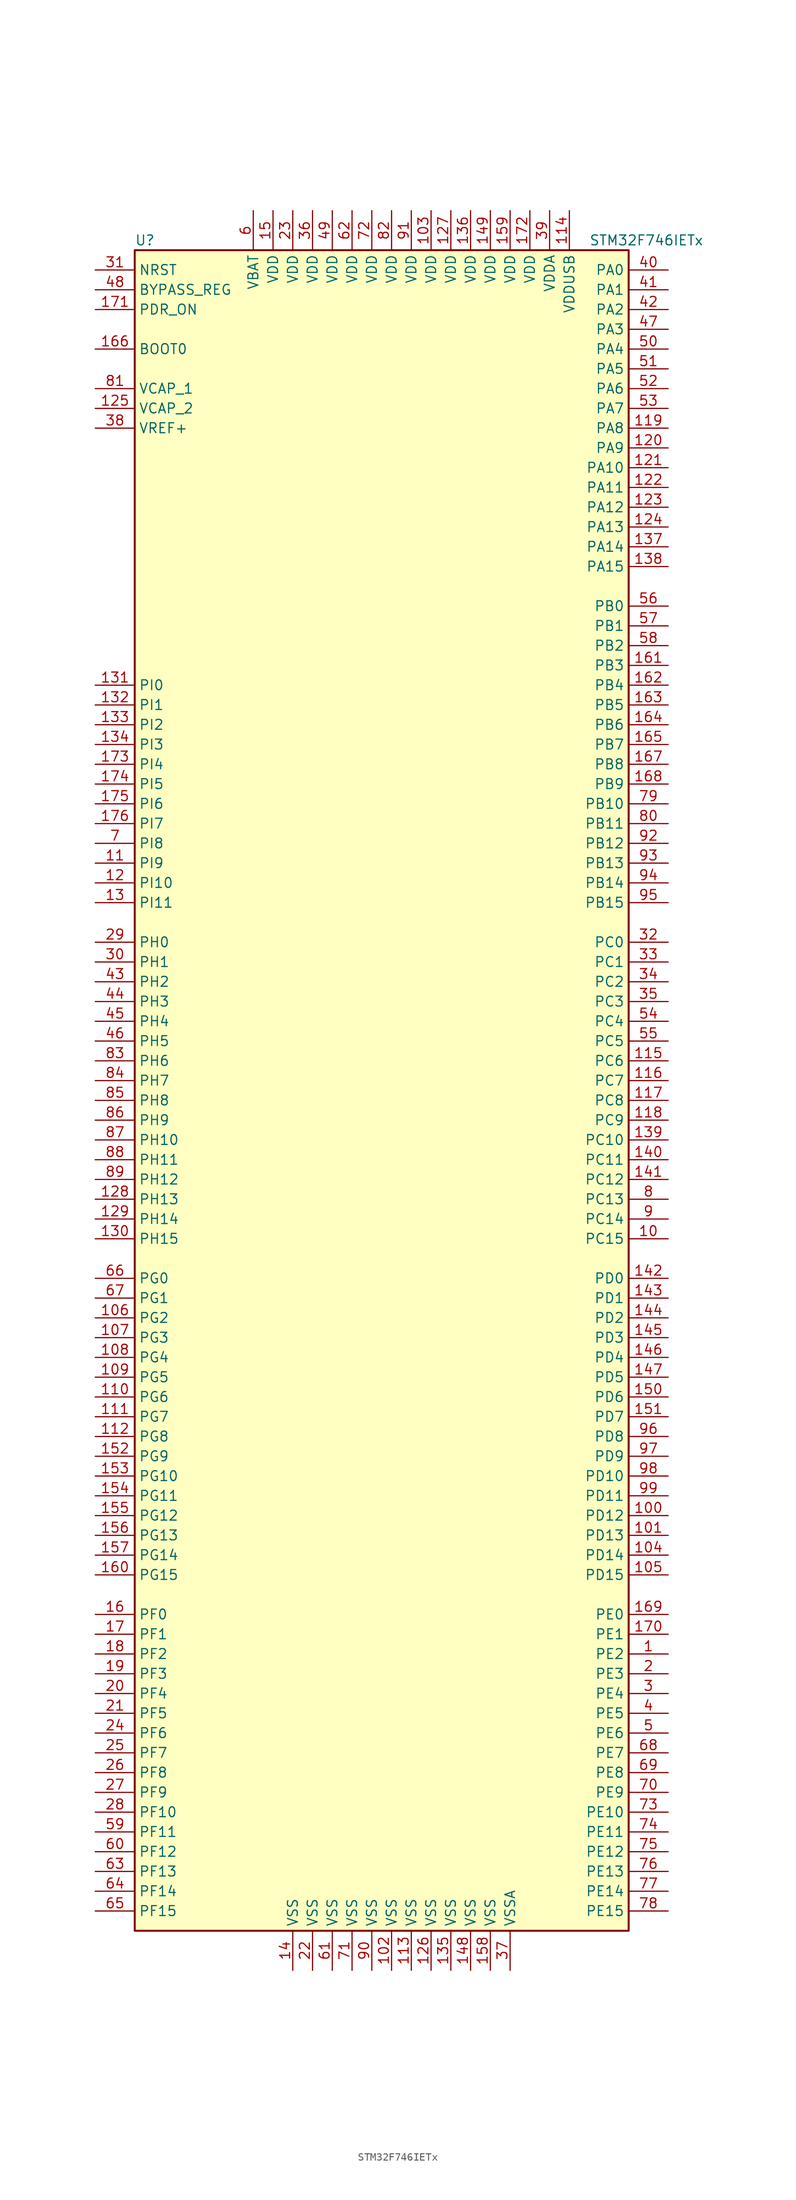
<source format=kicad_sym>
(kicad_symbol_lib
  (version 20201005)
  (generator kicad_symbol_editor)
  (symbol "MCU_ST_STM32F7:STM32F746IETx"
    (property "Reference" "U"
      (at -33.02 107.95 0)
      (effects (font (size 1.27 1.27)) (justify left)))
    (property "Value" "STM32F746IETx"
      (at 25.4 107.95 0)
      (effects (font (size 1.27 1.27)) (justify left)))
    (symbol "STM32F746IETx_0_1"
      (rectangle (start -33.02 -109.22) (end 30.48 106.68) (stroke (width 0.254)) (fill (type background))))
    (symbol "STM32F746IETx_1_1"
      (pin input line (at -38.1 93.98 0) (length 5.08) (name "BOOT0" (effects (font (size 1.27 1.27)))) (number "166" (effects (font (size 1.27 1.27)))))
      (pin input line (at -38.1 101.6 0) (length 5.08) (name "BYPASS_REG" (effects (font (size 1.27 1.27)))) (number "48" (effects (font (size 1.27 1.27)))))
      (pin input line (at -38.1 104.14 0) (length 5.08) (name "NRST" (effects (font (size 1.27 1.27)))) (number "31" (effects (font (size 1.27 1.27)))))
      (pin bidirectional line (at 35.56 104.14 180) (length 5.08) (name "PA0" (effects (font (size 1.27 1.27)))) (number "40" (effects (font (size 1.27 1.27)))))
      (pin bidirectional line (at 35.56 101.6 180) (length 5.08) (name "PA1" (effects (font (size 1.27 1.27)))) (number "41" (effects (font (size 1.27 1.27)))))
      (pin bidirectional line (at 35.56 78.74 180) (length 5.08) (name "PA10" (effects (font (size 1.27 1.27)))) (number "121" (effects (font (size 1.27 1.27)))))
      (pin bidirectional line (at 35.56 76.2 180) (length 5.08) (name "PA11" (effects (font (size 1.27 1.27)))) (number "122" (effects (font (size 1.27 1.27)))))
      (pin bidirectional line (at 35.56 73.66 180) (length 5.08) (name "PA12" (effects (font (size 1.27 1.27)))) (number "123" (effects (font (size 1.27 1.27)))))
      (pin bidirectional line (at 35.56 71.12 180) (length 5.08) (name "PA13" (effects (font (size 1.27 1.27)))) (number "124" (effects (font (size 1.27 1.27)))))
      (pin bidirectional line (at 35.56 68.58 180) (length 5.08) (name "PA14" (effects (font (size 1.27 1.27)))) (number "137" (effects (font (size 1.27 1.27)))))
      (pin bidirectional line (at 35.56 66.04 180) (length 5.08) (name "PA15" (effects (font (size 1.27 1.27)))) (number "138" (effects (font (size 1.27 1.27)))))
      (pin bidirectional line (at 35.56 99.06 180) (length 5.08) (name "PA2" (effects (font (size 1.27 1.27)))) (number "42" (effects (font (size 1.27 1.27)))))
      (pin bidirectional line (at 35.56 96.52 180) (length 5.08) (name "PA3" (effects (font (size 1.27 1.27)))) (number "47" (effects (font (size 1.27 1.27)))))
      (pin bidirectional line (at 35.56 93.98 180) (length 5.08) (name "PA4" (effects (font (size 1.27 1.27)))) (number "50" (effects (font (size 1.27 1.27)))))
      (pin bidirectional line (at 35.56 91.44 180) (length 5.08) (name "PA5" (effects (font (size 1.27 1.27)))) (number "51" (effects (font (size 1.27 1.27)))))
      (pin bidirectional line (at 35.56 88.9 180) (length 5.08) (name "PA6" (effects (font (size 1.27 1.27)))) (number "52" (effects (font (size 1.27 1.27)))))
      (pin bidirectional line (at 35.56 86.36 180) (length 5.08) (name "PA7" (effects (font (size 1.27 1.27)))) (number "53" (effects (font (size 1.27 1.27)))))
      (pin bidirectional line (at 35.56 83.82 180) (length 5.08) (name "PA8" (effects (font (size 1.27 1.27)))) (number "119" (effects (font (size 1.27 1.27)))))
      (pin bidirectional line (at 35.56 81.28 180) (length 5.08) (name "PA9" (effects (font (size 1.27 1.27)))) (number "120" (effects (font (size 1.27 1.27)))))
      (pin bidirectional line (at 35.56 60.96 180) (length 5.08) (name "PB0" (effects (font (size 1.27 1.27)))) (number "56" (effects (font (size 1.27 1.27)))))
      (pin bidirectional line (at 35.56 58.42 180) (length 5.08) (name "PB1" (effects (font (size 1.27 1.27)))) (number "57" (effects (font (size 1.27 1.27)))))
      (pin bidirectional line (at 35.56 35.56 180) (length 5.08) (name "PB10" (effects (font (size 1.27 1.27)))) (number "79" (effects (font (size 1.27 1.27)))))
      (pin bidirectional line (at 35.56 33.02 180) (length 5.08) (name "PB11" (effects (font (size 1.27 1.27)))) (number "80" (effects (font (size 1.27 1.27)))))
      (pin bidirectional line (at 35.56 30.48 180) (length 5.08) (name "PB12" (effects (font (size 1.27 1.27)))) (number "92" (effects (font (size 1.27 1.27)))))
      (pin bidirectional line (at 35.56 27.94 180) (length 5.08) (name "PB13" (effects (font (size 1.27 1.27)))) (number "93" (effects (font (size 1.27 1.27)))))
      (pin bidirectional line (at 35.56 25.4 180) (length 5.08) (name "PB14" (effects (font (size 1.27 1.27)))) (number "94" (effects (font (size 1.27 1.27)))))
      (pin bidirectional line (at 35.56 22.86 180) (length 5.08) (name "PB15" (effects (font (size 1.27 1.27)))) (number "95" (effects (font (size 1.27 1.27)))))
      (pin bidirectional line (at 35.56 55.88 180) (length 5.08) (name "PB2" (effects (font (size 1.27 1.27)))) (number "58" (effects (font (size 1.27 1.27)))))
      (pin bidirectional line (at 35.56 53.34 180) (length 5.08) (name "PB3" (effects (font (size 1.27 1.27)))) (number "161" (effects (font (size 1.27 1.27)))))
      (pin bidirectional line (at 35.56 50.8 180) (length 5.08) (name "PB4" (effects (font (size 1.27 1.27)))) (number "162" (effects (font (size 1.27 1.27)))))
      (pin bidirectional line (at 35.56 48.26 180) (length 5.08) (name "PB5" (effects (font (size 1.27 1.27)))) (number "163" (effects (font (size 1.27 1.27)))))
      (pin bidirectional line (at 35.56 45.72 180) (length 5.08) (name "PB6" (effects (font (size 1.27 1.27)))) (number "164" (effects (font (size 1.27 1.27)))))
      (pin bidirectional line (at 35.56 43.18 180) (length 5.08) (name "PB7" (effects (font (size 1.27 1.27)))) (number "165" (effects (font (size 1.27 1.27)))))
      (pin bidirectional line (at 35.56 40.64 180) (length 5.08) (name "PB8" (effects (font (size 1.27 1.27)))) (number "167" (effects (font (size 1.27 1.27)))))
      (pin bidirectional line (at 35.56 38.1 180) (length 5.08) (name "PB9" (effects (font (size 1.27 1.27)))) (number "168" (effects (font (size 1.27 1.27)))))
      (pin bidirectional line (at 35.56 17.78 180) (length 5.08) (name "PC0" (effects (font (size 1.27 1.27)))) (number "32" (effects (font (size 1.27 1.27)))))
      (pin bidirectional line (at 35.56 15.24 180) (length 5.08) (name "PC1" (effects (font (size 1.27 1.27)))) (number "33" (effects (font (size 1.27 1.27)))))
      (pin bidirectional line (at 35.56 -7.62 180) (length 5.08) (name "PC10" (effects (font (size 1.27 1.27)))) (number "139" (effects (font (size 1.27 1.27)))))
      (pin bidirectional line (at 35.56 -10.16 180) (length 5.08) (name "PC11" (effects (font (size 1.27 1.27)))) (number "140" (effects (font (size 1.27 1.27)))))
      (pin bidirectional line (at 35.56 -12.7 180) (length 5.08) (name "PC12" (effects (font (size 1.27 1.27)))) (number "141" (effects (font (size 1.27 1.27)))))
      (pin bidirectional line (at 35.56 -15.24 180) (length 5.08) (name "PC13" (effects (font (size 1.27 1.27)))) (number "8" (effects (font (size 1.27 1.27)))))
      (pin bidirectional line (at 35.56 -17.78 180) (length 5.08) (name "PC14" (effects (font (size 1.27 1.27)))) (number "9" (effects (font (size 1.27 1.27)))))
      (pin bidirectional line (at 35.56 -20.32 180) (length 5.08) (name "PC15" (effects (font (size 1.27 1.27)))) (number "10" (effects (font (size 1.27 1.27)))))
      (pin bidirectional line (at 35.56 12.7 180) (length 5.08) (name "PC2" (effects (font (size 1.27 1.27)))) (number "34" (effects (font (size 1.27 1.27)))))
      (pin bidirectional line (at 35.56 10.16 180) (length 5.08) (name "PC3" (effects (font (size 1.27 1.27)))) (number "35" (effects (font (size 1.27 1.27)))))
      (pin bidirectional line (at 35.56 7.62 180) (length 5.08) (name "PC4" (effects (font (size 1.27 1.27)))) (number "54" (effects (font (size 1.27 1.27)))))
      (pin bidirectional line (at 35.56 5.08 180) (length 5.08) (name "PC5" (effects (font (size 1.27 1.27)))) (number "55" (effects (font (size 1.27 1.27)))))
      (pin bidirectional line (at 35.56 2.54 180) (length 5.08) (name "PC6" (effects (font (size 1.27 1.27)))) (number "115" (effects (font (size 1.27 1.27)))))
      (pin bidirectional line (at 35.56 0 180) (length 5.08) (name "PC7" (effects (font (size 1.27 1.27)))) (number "116" (effects (font (size 1.27 1.27)))))
      (pin bidirectional line (at 35.56 -2.54 180) (length 5.08) (name "PC8" (effects (font (size 1.27 1.27)))) (number "117" (effects (font (size 1.27 1.27)))))
      (pin bidirectional line (at 35.56 -5.08 180) (length 5.08) (name "PC9" (effects (font (size 1.27 1.27)))) (number "118" (effects (font (size 1.27 1.27)))))
      (pin bidirectional line (at 35.56 -25.4 180) (length 5.08) (name "PD0" (effects (font (size 1.27 1.27)))) (number "142" (effects (font (size 1.27 1.27)))))
      (pin bidirectional line (at 35.56 -27.94 180) (length 5.08) (name "PD1" (effects (font (size 1.27 1.27)))) (number "143" (effects (font (size 1.27 1.27)))))
      (pin bidirectional line (at 35.56 -50.8 180) (length 5.08) (name "PD10" (effects (font (size 1.27 1.27)))) (number "98" (effects (font (size 1.27 1.27)))))
      (pin bidirectional line (at 35.56 -53.34 180) (length 5.08) (name "PD11" (effects (font (size 1.27 1.27)))) (number "99" (effects (font (size 1.27 1.27)))))
      (pin bidirectional line (at 35.56 -55.88 180) (length 5.08) (name "PD12" (effects (font (size 1.27 1.27)))) (number "100" (effects (font (size 1.27 1.27)))))
      (pin bidirectional line (at 35.56 -58.42 180) (length 5.08) (name "PD13" (effects (font (size 1.27 1.27)))) (number "101" (effects (font (size 1.27 1.27)))))
      (pin bidirectional line (at 35.56 -60.96 180) (length 5.08) (name "PD14" (effects (font (size 1.27 1.27)))) (number "104" (effects (font (size 1.27 1.27)))))
      (pin bidirectional line (at 35.56 -63.5 180) (length 5.08) (name "PD15" (effects (font (size 1.27 1.27)))) (number "105" (effects (font (size 1.27 1.27)))))
      (pin bidirectional line (at 35.56 -30.48 180) (length 5.08) (name "PD2" (effects (font (size 1.27 1.27)))) (number "144" (effects (font (size 1.27 1.27)))))
      (pin bidirectional line (at 35.56 -33.02 180) (length 5.08) (name "PD3" (effects (font (size 1.27 1.27)))) (number "145" (effects (font (size 1.27 1.27)))))
      (pin bidirectional line (at 35.56 -35.56 180) (length 5.08) (name "PD4" (effects (font (size 1.27 1.27)))) (number "146" (effects (font (size 1.27 1.27)))))
      (pin bidirectional line (at 35.56 -38.1 180) (length 5.08) (name "PD5" (effects (font (size 1.27 1.27)))) (number "147" (effects (font (size 1.27 1.27)))))
      (pin bidirectional line (at 35.56 -40.64 180) (length 5.08) (name "PD6" (effects (font (size 1.27 1.27)))) (number "150" (effects (font (size 1.27 1.27)))))
      (pin bidirectional line (at 35.56 -43.18 180) (length 5.08) (name "PD7" (effects (font (size 1.27 1.27)))) (number "151" (effects (font (size 1.27 1.27)))))
      (pin bidirectional line (at 35.56 -45.72 180) (length 5.08) (name "PD8" (effects (font (size 1.27 1.27)))) (number "96" (effects (font (size 1.27 1.27)))))
      (pin bidirectional line (at 35.56 -48.26 180) (length 5.08) (name "PD9" (effects (font (size 1.27 1.27)))) (number "97" (effects (font (size 1.27 1.27)))))
      (pin input line (at -38.1 99.06 0) (length 5.08) (name "PDR_ON" (effects (font (size 1.27 1.27)))) (number "171" (effects (font (size 1.27 1.27)))))
      (pin bidirectional line (at 35.56 -68.58 180) (length 5.08) (name "PE0" (effects (font (size 1.27 1.27)))) (number "169" (effects (font (size 1.27 1.27)))))
      (pin bidirectional line (at 35.56 -71.12 180) (length 5.08) (name "PE1" (effects (font (size 1.27 1.27)))) (number "170" (effects (font (size 1.27 1.27)))))
      (pin bidirectional line (at 35.56 -93.98 180) (length 5.08) (name "PE10" (effects (font (size 1.27 1.27)))) (number "73" (effects (font (size 1.27 1.27)))))
      (pin bidirectional line (at 35.56 -96.52 180) (length 5.08) (name "PE11" (effects (font (size 1.27 1.27)))) (number "74" (effects (font (size 1.27 1.27)))))
      (pin bidirectional line (at 35.56 -99.06 180) (length 5.08) (name "PE12" (effects (font (size 1.27 1.27)))) (number "75" (effects (font (size 1.27 1.27)))))
      (pin bidirectional line (at 35.56 -101.6 180) (length 5.08) (name "PE13" (effects (font (size 1.27 1.27)))) (number "76" (effects (font (size 1.27 1.27)))))
      (pin bidirectional line (at 35.56 -104.14 180) (length 5.08) (name "PE14" (effects (font (size 1.27 1.27)))) (number "77" (effects (font (size 1.27 1.27)))))
      (pin bidirectional line (at 35.56 -106.68 180) (length 5.08) (name "PE15" (effects (font (size 1.27 1.27)))) (number "78" (effects (font (size 1.27 1.27)))))
      (pin bidirectional line (at 35.56 -73.66 180) (length 5.08) (name "PE2" (effects (font (size 1.27 1.27)))) (number "1" (effects (font (size 1.27 1.27)))))
      (pin bidirectional line (at 35.56 -76.2 180) (length 5.08) (name "PE3" (effects (font (size 1.27 1.27)))) (number "2" (effects (font (size 1.27 1.27)))))
      (pin bidirectional line (at 35.56 -78.74 180) (length 5.08) (name "PE4" (effects (font (size 1.27 1.27)))) (number "3" (effects (font (size 1.27 1.27)))))
      (pin bidirectional line (at 35.56 -81.28 180) (length 5.08) (name "PE5" (effects (font (size 1.27 1.27)))) (number "4" (effects (font (size 1.27 1.27)))))
      (pin bidirectional line (at 35.56 -83.82 180) (length 5.08) (name "PE6" (effects (font (size 1.27 1.27)))) (number "5" (effects (font (size 1.27 1.27)))))
      (pin bidirectional line (at 35.56 -86.36 180) (length 5.08) (name "PE7" (effects (font (size 1.27 1.27)))) (number "68" (effects (font (size 1.27 1.27)))))
      (pin bidirectional line (at 35.56 -88.9 180) (length 5.08) (name "PE8" (effects (font (size 1.27 1.27)))) (number "69" (effects (font (size 1.27 1.27)))))
      (pin bidirectional line (at 35.56 -91.44 180) (length 5.08) (name "PE9" (effects (font (size 1.27 1.27)))) (number "70" (effects (font (size 1.27 1.27)))))
      (pin bidirectional line (at -38.1 -68.58 0) (length 5.08) (name "PF0" (effects (font (size 1.27 1.27)))) (number "16" (effects (font (size 1.27 1.27)))))
      (pin bidirectional line (at -38.1 -71.12 0) (length 5.08) (name "PF1" (effects (font (size 1.27 1.27)))) (number "17" (effects (font (size 1.27 1.27)))))
      (pin bidirectional line (at -38.1 -93.98 0) (length 5.08) (name "PF10" (effects (font (size 1.27 1.27)))) (number "28" (effects (font (size 1.27 1.27)))))
      (pin bidirectional line (at -38.1 -96.52 0) (length 5.08) (name "PF11" (effects (font (size 1.27 1.27)))) (number "59" (effects (font (size 1.27 1.27)))))
      (pin bidirectional line (at -38.1 -99.06 0) (length 5.08) (name "PF12" (effects (font (size 1.27 1.27)))) (number "60" (effects (font (size 1.27 1.27)))))
      (pin bidirectional line (at -38.1 -101.6 0) (length 5.08) (name "PF13" (effects (font (size 1.27 1.27)))) (number "63" (effects (font (size 1.27 1.27)))))
      (pin bidirectional line (at -38.1 -104.14 0) (length 5.08) (name "PF14" (effects (font (size 1.27 1.27)))) (number "64" (effects (font (size 1.27 1.27)))))
      (pin bidirectional line (at -38.1 -106.68 0) (length 5.08) (name "PF15" (effects (font (size 1.27 1.27)))) (number "65" (effects (font (size 1.27 1.27)))))
      (pin bidirectional line (at -38.1 -73.66 0) (length 5.08) (name "PF2" (effects (font (size 1.27 1.27)))) (number "18" (effects (font (size 1.27 1.27)))))
      (pin bidirectional line (at -38.1 -76.2 0) (length 5.08) (name "PF3" (effects (font (size 1.27 1.27)))) (number "19" (effects (font (size 1.27 1.27)))))
      (pin bidirectional line (at -38.1 -78.74 0) (length 5.08) (name "PF4" (effects (font (size 1.27 1.27)))) (number "20" (effects (font (size 1.27 1.27)))))
      (pin bidirectional line (at -38.1 -81.28 0) (length 5.08) (name "PF5" (effects (font (size 1.27 1.27)))) (number "21" (effects (font (size 1.27 1.27)))))
      (pin bidirectional line (at -38.1 -83.82 0) (length 5.08) (name "PF6" (effects (font (size 1.27 1.27)))) (number "24" (effects (font (size 1.27 1.27)))))
      (pin bidirectional line (at -38.1 -86.36 0) (length 5.08) (name "PF7" (effects (font (size 1.27 1.27)))) (number "25" (effects (font (size 1.27 1.27)))))
      (pin bidirectional line (at -38.1 -88.9 0) (length 5.08) (name "PF8" (effects (font (size 1.27 1.27)))) (number "26" (effects (font (size 1.27 1.27)))))
      (pin bidirectional line (at -38.1 -91.44 0) (length 5.08) (name "PF9" (effects (font (size 1.27 1.27)))) (number "27" (effects (font (size 1.27 1.27)))))
      (pin bidirectional line (at -38.1 -25.4 0) (length 5.08) (name "PG0" (effects (font (size 1.27 1.27)))) (number "66" (effects (font (size 1.27 1.27)))))
      (pin bidirectional line (at -38.1 -27.94 0) (length 5.08) (name "PG1" (effects (font (size 1.27 1.27)))) (number "67" (effects (font (size 1.27 1.27)))))
      (pin bidirectional line (at -38.1 -50.8 0) (length 5.08) (name "PG10" (effects (font (size 1.27 1.27)))) (number "153" (effects (font (size 1.27 1.27)))))
      (pin bidirectional line (at -38.1 -53.34 0) (length 5.08) (name "PG11" (effects (font (size 1.27 1.27)))) (number "154" (effects (font (size 1.27 1.27)))))
      (pin bidirectional line (at -38.1 -55.88 0) (length 5.08) (name "PG12" (effects (font (size 1.27 1.27)))) (number "155" (effects (font (size 1.27 1.27)))))
      (pin bidirectional line (at -38.1 -58.42 0) (length 5.08) (name "PG13" (effects (font (size 1.27 1.27)))) (number "156" (effects (font (size 1.27 1.27)))))
      (pin bidirectional line (at -38.1 -60.96 0) (length 5.08) (name "PG14" (effects (font (size 1.27 1.27)))) (number "157" (effects (font (size 1.27 1.27)))))
      (pin bidirectional line (at -38.1 -63.5 0) (length 5.08) (name "PG15" (effects (font (size 1.27 1.27)))) (number "160" (effects (font (size 1.27 1.27)))))
      (pin bidirectional line (at -38.1 -30.48 0) (length 5.08) (name "PG2" (effects (font (size 1.27 1.27)))) (number "106" (effects (font (size 1.27 1.27)))))
      (pin bidirectional line (at -38.1 -33.02 0) (length 5.08) (name "PG3" (effects (font (size 1.27 1.27)))) (number "107" (effects (font (size 1.27 1.27)))))
      (pin bidirectional line (at -38.1 -35.56 0) (length 5.08) (name "PG4" (effects (font (size 1.27 1.27)))) (number "108" (effects (font (size 1.27 1.27)))))
      (pin bidirectional line (at -38.1 -38.1 0) (length 5.08) (name "PG5" (effects (font (size 1.27 1.27)))) (number "109" (effects (font (size 1.27 1.27)))))
      (pin bidirectional line (at -38.1 -40.64 0) (length 5.08) (name "PG6" (effects (font (size 1.27 1.27)))) (number "110" (effects (font (size 1.27 1.27)))))
      (pin bidirectional line (at -38.1 -43.18 0) (length 5.08) (name "PG7" (effects (font (size 1.27 1.27)))) (number "111" (effects (font (size 1.27 1.27)))))
      (pin bidirectional line (at -38.1 -45.72 0) (length 5.08) (name "PG8" (effects (font (size 1.27 1.27)))) (number "112" (effects (font (size 1.27 1.27)))))
      (pin bidirectional line (at -38.1 -48.26 0) (length 5.08) (name "PG9" (effects (font (size 1.27 1.27)))) (number "152" (effects (font (size 1.27 1.27)))))
      (pin input line (at -38.1 17.78 0) (length 5.08) (name "PH0" (effects (font (size 1.27 1.27)))) (number "29" (effects (font (size 1.27 1.27)))))
      (pin input line (at -38.1 15.24 0) (length 5.08) (name "PH1" (effects (font (size 1.27 1.27)))) (number "30" (effects (font (size 1.27 1.27)))))
      (pin bidirectional line (at -38.1 -7.62 0) (length 5.08) (name "PH10" (effects (font (size 1.27 1.27)))) (number "87" (effects (font (size 1.27 1.27)))))
      (pin bidirectional line (at -38.1 -10.16 0) (length 5.08) (name "PH11" (effects (font (size 1.27 1.27)))) (number "88" (effects (font (size 1.27 1.27)))))
      (pin bidirectional line (at -38.1 -12.7 0) (length 5.08) (name "PH12" (effects (font (size 1.27 1.27)))) (number "89" (effects (font (size 1.27 1.27)))))
      (pin bidirectional line (at -38.1 -15.24 0) (length 5.08) (name "PH13" (effects (font (size 1.27 1.27)))) (number "128" (effects (font (size 1.27 1.27)))))
      (pin bidirectional line (at -38.1 -17.78 0) (length 5.08) (name "PH14" (effects (font (size 1.27 1.27)))) (number "129" (effects (font (size 1.27 1.27)))))
      (pin bidirectional line (at -38.1 -20.32 0) (length 5.08) (name "PH15" (effects (font (size 1.27 1.27)))) (number "130" (effects (font (size 1.27 1.27)))))
      (pin bidirectional line (at -38.1 12.7 0) (length 5.08) (name "PH2" (effects (font (size 1.27 1.27)))) (number "43" (effects (font (size 1.27 1.27)))))
      (pin bidirectional line (at -38.1 10.16 0) (length 5.08) (name "PH3" (effects (font (size 1.27 1.27)))) (number "44" (effects (font (size 1.27 1.27)))))
      (pin bidirectional line (at -38.1 7.62 0) (length 5.08) (name "PH4" (effects (font (size 1.27 1.27)))) (number "45" (effects (font (size 1.27 1.27)))))
      (pin bidirectional line (at -38.1 5.08 0) (length 5.08) (name "PH5" (effects (font (size 1.27 1.27)))) (number "46" (effects (font (size 1.27 1.27)))))
      (pin bidirectional line (at -38.1 2.54 0) (length 5.08) (name "PH6" (effects (font (size 1.27 1.27)))) (number "83" (effects (font (size 1.27 1.27)))))
      (pin bidirectional line (at -38.1 0 0) (length 5.08) (name "PH7" (effects (font (size 1.27 1.27)))) (number "84" (effects (font (size 1.27 1.27)))))
      (pin bidirectional line (at -38.1 -2.54 0) (length 5.08) (name "PH8" (effects (font (size 1.27 1.27)))) (number "85" (effects (font (size 1.27 1.27)))))
      (pin bidirectional line (at -38.1 -5.08 0) (length 5.08) (name "PH9" (effects (font (size 1.27 1.27)))) (number "86" (effects (font (size 1.27 1.27)))))
      (pin bidirectional line (at -38.1 50.8 0) (length 5.08) (name "PI0" (effects (font (size 1.27 1.27)))) (number "131" (effects (font (size 1.27 1.27)))))
      (pin bidirectional line (at -38.1 48.26 0) (length 5.08) (name "PI1" (effects (font (size 1.27 1.27)))) (number "132" (effects (font (size 1.27 1.27)))))
      (pin bidirectional line (at -38.1 25.4 0) (length 5.08) (name "PI10" (effects (font (size 1.27 1.27)))) (number "12" (effects (font (size 1.27 1.27)))))
      (pin bidirectional line (at -38.1 22.86 0) (length 5.08) (name "PI11" (effects (font (size 1.27 1.27)))) (number "13" (effects (font (size 1.27 1.27)))))
      (pin bidirectional line (at -38.1 45.72 0) (length 5.08) (name "PI2" (effects (font (size 1.27 1.27)))) (number "133" (effects (font (size 1.27 1.27)))))
      (pin bidirectional line (at -38.1 43.18 0) (length 5.08) (name "PI3" (effects (font (size 1.27 1.27)))) (number "134" (effects (font (size 1.27 1.27)))))
      (pin bidirectional line (at -38.1 40.64 0) (length 5.08) (name "PI4" (effects (font (size 1.27 1.27)))) (number "173" (effects (font (size 1.27 1.27)))))
      (pin bidirectional line (at -38.1 38.1 0) (length 5.08) (name "PI5" (effects (font (size 1.27 1.27)))) (number "174" (effects (font (size 1.27 1.27)))))
      (pin bidirectional line (at -38.1 35.56 0) (length 5.08) (name "PI6" (effects (font (size 1.27 1.27)))) (number "175" (effects (font (size 1.27 1.27)))))
      (pin bidirectional line (at -38.1 33.02 0) (length 5.08) (name "PI7" (effects (font (size 1.27 1.27)))) (number "176" (effects (font (size 1.27 1.27)))))
      (pin bidirectional line (at -38.1 30.48 0) (length 5.08) (name "PI8" (effects (font (size 1.27 1.27)))) (number "7" (effects (font (size 1.27 1.27)))))
      (pin bidirectional line (at -38.1 27.94 0) (length 5.08) (name "PI9" (effects (font (size 1.27 1.27)))) (number "11" (effects (font (size 1.27 1.27)))))
      (pin power_in line (at -17.78 111.76 270) (length 5.08) (name "VBAT" (effects (font (size 1.27 1.27)))) (number "6" (effects (font (size 1.27 1.27)))))
      (pin power_in line (at -38.1 88.9 0) (length 5.08) (name "VCAP_1" (effects (font (size 1.27 1.27)))) (number "81" (effects (font (size 1.27 1.27)))))
      (pin power_in line (at -38.1 86.36 0) (length 5.08) (name "VCAP_2" (effects (font (size 1.27 1.27)))) (number "125" (effects (font (size 1.27 1.27)))))
      (pin power_in line (at 5.08 111.76 270) (length 5.08) (name "VDD" (effects (font (size 1.27 1.27)))) (number "103" (effects (font (size 1.27 1.27)))))
      (pin power_in line (at 7.62 111.76 270) (length 5.08) (name "VDD" (effects (font (size 1.27 1.27)))) (number "127" (effects (font (size 1.27 1.27)))))
      (pin power_in line (at 10.16 111.76 270) (length 5.08) (name "VDD" (effects (font (size 1.27 1.27)))) (number "136" (effects (font (size 1.27 1.27)))))
      (pin power_in line (at 12.7 111.76 270) (length 5.08) (name "VDD" (effects (font (size 1.27 1.27)))) (number "149" (effects (font (size 1.27 1.27)))))
      (pin power_in line (at -15.24 111.76 270) (length 5.08) (name "VDD" (effects (font (size 1.27 1.27)))) (number "15" (effects (font (size 1.27 1.27)))))
      (pin power_in line (at 15.24 111.76 270) (length 5.08) (name "VDD" (effects (font (size 1.27 1.27)))) (number "159" (effects (font (size 1.27 1.27)))))
      (pin power_in line (at 17.78 111.76 270) (length 5.08) (name "VDD" (effects (font (size 1.27 1.27)))) (number "172" (effects (font (size 1.27 1.27)))))
      (pin power_in line (at -12.7 111.76 270) (length 5.08) (name "VDD" (effects (font (size 1.27 1.27)))) (number "23" (effects (font (size 1.27 1.27)))))
      (pin power_in line (at -10.16 111.76 270) (length 5.08) (name "VDD" (effects (font (size 1.27 1.27)))) (number "36" (effects (font (size 1.27 1.27)))))
      (pin power_in line (at -7.62 111.76 270) (length 5.08) (name "VDD" (effects (font (size 1.27 1.27)))) (number "49" (effects (font (size 1.27 1.27)))))
      (pin power_in line (at -5.08 111.76 270) (length 5.08) (name "VDD" (effects (font (size 1.27 1.27)))) (number "62" (effects (font (size 1.27 1.27)))))
      (pin power_in line (at -2.54 111.76 270) (length 5.08) (name "VDD" (effects (font (size 1.27 1.27)))) (number "72" (effects (font (size 1.27 1.27)))))
      (pin power_in line (at 0 111.76 270) (length 5.08) (name "VDD" (effects (font (size 1.27 1.27)))) (number "82" (effects (font (size 1.27 1.27)))))
      (pin power_in line (at 2.54 111.76 270) (length 5.08) (name "VDD" (effects (font (size 1.27 1.27)))) (number "91" (effects (font (size 1.27 1.27)))))
      (pin power_in line (at 20.32 111.76 270) (length 5.08) (name "VDDA" (effects (font (size 1.27 1.27)))) (number "39" (effects (font (size 1.27 1.27)))))
      (pin power_in line (at 22.86 111.76 270) (length 5.08) (name "VDDUSB" (effects (font (size 1.27 1.27)))) (number "114" (effects (font (size 1.27 1.27)))))
      (pin power_in line (at -38.1 83.82 0) (length 5.08) (name "VREF+" (effects (font (size 1.27 1.27)))) (number "38" (effects (font (size 1.27 1.27)))))
      (pin power_in line (at 0 -114.3 90) (length 5.08) (name "VSS" (effects (font (size 1.27 1.27)))) (number "102" (effects (font (size 1.27 1.27)))))
      (pin power_in line (at 2.54 -114.3 90) (length 5.08) (name "VSS" (effects (font (size 1.27 1.27)))) (number "113" (effects (font (size 1.27 1.27)))))
      (pin power_in line (at 5.08 -114.3 90) (length 5.08) (name "VSS" (effects (font (size 1.27 1.27)))) (number "126" (effects (font (size 1.27 1.27)))))
      (pin power_in line (at 7.62 -114.3 90) (length 5.08) (name "VSS" (effects (font (size 1.27 1.27)))) (number "135" (effects (font (size 1.27 1.27)))))
      (pin power_in line (at -12.7 -114.3 90) (length 5.08) (name "VSS" (effects (font (size 1.27 1.27)))) (number "14" (effects (font (size 1.27 1.27)))))
      (pin power_in line (at 10.16 -114.3 90) (length 5.08) (name "VSS" (effects (font (size 1.27 1.27)))) (number "148" (effects (font (size 1.27 1.27)))))
      (pin power_in line (at 12.7 -114.3 90) (length 5.08) (name "VSS" (effects (font (size 1.27 1.27)))) (number "158" (effects (font (size 1.27 1.27)))))
      (pin power_in line (at -10.16 -114.3 90) (length 5.08) (name "VSS" (effects (font (size 1.27 1.27)))) (number "22" (effects (font (size 1.27 1.27)))))
      (pin power_in line (at -7.62 -114.3 90) (length 5.08) (name "VSS" (effects (font (size 1.27 1.27)))) (number "61" (effects (font (size 1.27 1.27)))))
      (pin power_in line (at -5.08 -114.3 90) (length 5.08) (name "VSS" (effects (font (size 1.27 1.27)))) (number "71" (effects (font (size 1.27 1.27)))))
      (pin power_in line (at -2.54 -114.3 90) (length 5.08) (name "VSS" (effects (font (size 1.27 1.27)))) (number "90" (effects (font (size 1.27 1.27)))))
      (pin power_in line (at 15.24 -114.3 90) (length 5.08) (name "VSSA" (effects (font (size 1.27 1.27)))) (number "37" (effects (font (size 1.27 1.27))))))))
</source>
